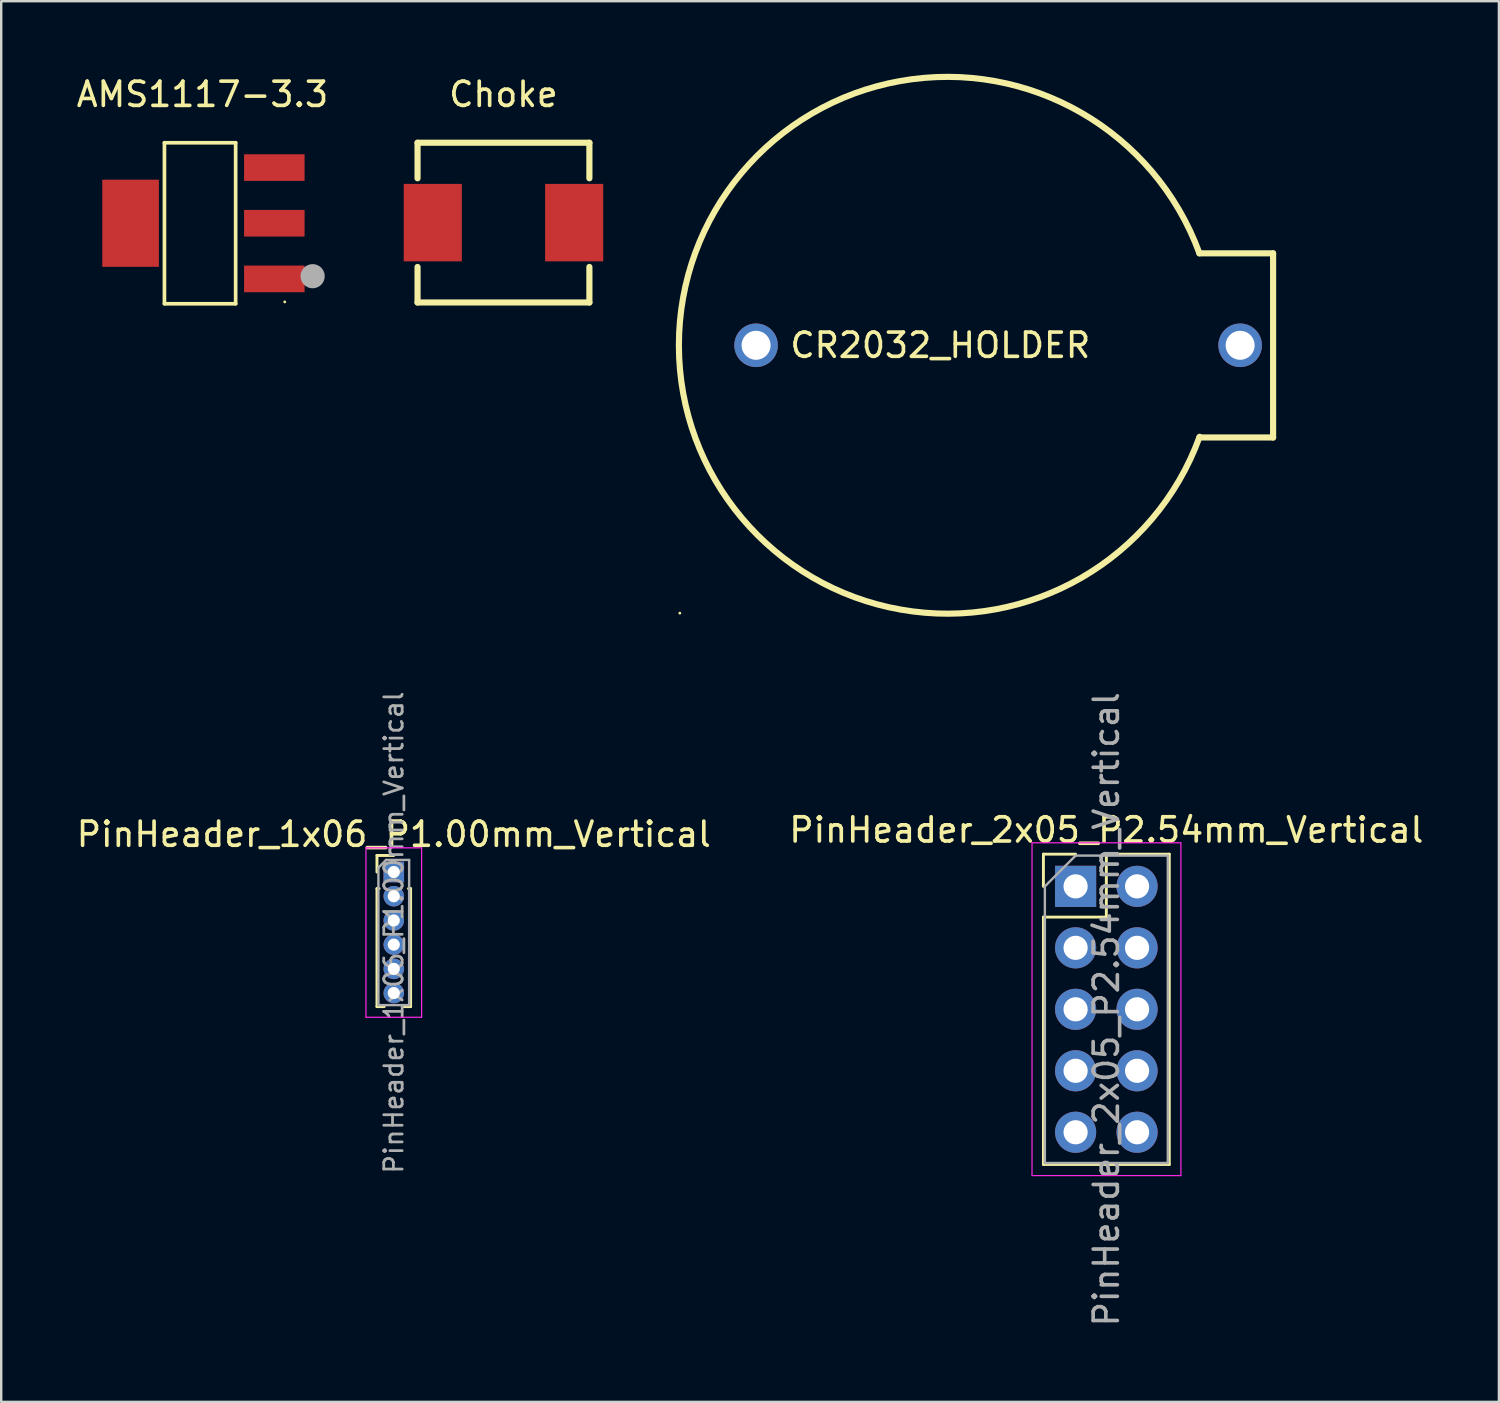
<source format=kicad_pcb>
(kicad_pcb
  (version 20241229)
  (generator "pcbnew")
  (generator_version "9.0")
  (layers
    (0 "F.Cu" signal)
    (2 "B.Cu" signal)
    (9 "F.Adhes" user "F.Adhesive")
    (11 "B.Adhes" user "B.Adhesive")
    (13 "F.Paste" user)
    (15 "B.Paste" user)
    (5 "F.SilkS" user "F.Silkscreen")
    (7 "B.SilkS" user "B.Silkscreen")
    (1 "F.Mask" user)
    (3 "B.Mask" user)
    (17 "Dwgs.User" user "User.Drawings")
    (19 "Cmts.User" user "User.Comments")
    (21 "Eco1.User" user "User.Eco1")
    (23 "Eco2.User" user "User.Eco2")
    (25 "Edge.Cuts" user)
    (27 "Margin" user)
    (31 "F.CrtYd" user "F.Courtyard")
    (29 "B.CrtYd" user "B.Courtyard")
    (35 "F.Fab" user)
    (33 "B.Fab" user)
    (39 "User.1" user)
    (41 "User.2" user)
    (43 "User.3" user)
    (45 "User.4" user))
  (footprint "PinHeader_2x05_P2.54mm_Vertical"
    (layer "F.Cu")
    (at 41.391 33.572)
    (property "Reference" "PinHeader_2x05_P2.54mm_Vertical" (at 1.27 -2.33 0) (layer "F.SilkS") (effects (font (size 1 1) (thickness 0.15))))
    (attr through_hole)
    (fp_line (start -1.33 -1.33) (end 0 -1.33) (stroke (width 0.12) (type solid)) (layer "F.SilkS"))
    (fp_line (start -1.33 0) (end -1.33 -1.33) (stroke (width 0.12) (type solid)) (layer "F.SilkS"))
    (fp_line (start -1.33 1.27) (end -1.33 11.49) (stroke (width 0.12) (type solid)) (layer "F.SilkS"))
    (fp_line (start -1.33 1.27) (end 1.27 1.27) (stroke (width 0.12) (type solid)) (layer "F.SilkS"))
    (fp_line (start -1.33 11.49) (end 3.87 11.49) (stroke (width 0.12) (type solid)) (layer "F.SilkS"))
    (fp_line (start 1.27 -1.33) (end 3.87 -1.33) (stroke (width 0.12) (type solid)) (layer "F.SilkS"))
    (fp_line (start 1.27 1.27) (end 1.27 -1.33) (stroke (width 0.12) (type solid)) (layer "F.SilkS"))
    (fp_line (start 3.87 -1.33) (end 3.87 11.49) (stroke (width 0.12) (type solid)) (layer "F.SilkS"))
    (fp_line (start -1.8 -1.8) (end -1.8 11.95) (stroke (width 0.05) (type solid)) (layer "F.CrtYd"))
    (fp_line (start -1.8 11.95) (end 4.35 11.95) (stroke (width 0.05) (type solid)) (layer "F.CrtYd"))
    (fp_line (start 4.35 -1.8) (end -1.8 -1.8) (stroke (width 0.05) (type solid)) (layer "F.CrtYd"))
    (fp_line (start 4.35 11.95) (end 4.35 -1.8) (stroke (width 0.05) (type solid)) (layer "F.CrtYd"))
    (fp_line (start -1.27 0) (end 0 -1.27) (stroke (width 0.1) (type solid)) (layer "F.Fab"))
    (fp_line (start -1.27 11.43) (end -1.27 0) (stroke (width 0.1) (type solid)) (layer "F.Fab"))
    (fp_line (start 0 -1.27) (end 3.81 -1.27) (stroke (width 0.1) (type solid)) (layer "F.Fab"))
    (fp_line (start 3.81 -1.27) (end 3.81 11.43) (stroke (width 0.1) (type solid)) (layer "F.Fab"))
    (fp_line (start 3.81 11.43) (end -1.27 11.43) (stroke (width 0.1) (type solid)) (layer "F.Fab"))
    (fp_text user "${REFERENCE}" (at 1.27 5.08 270) (layer "F.Fab") (effects (font (size 1 1) (thickness 0.15))))
    (pad "1" thru_hole rect (at 0 0) (size 1.7 1.7) (drill 1) (layers "*.Cu" "*.Mask"))
    (pad "2" thru_hole oval (at 2.54 0) (size 1.7 1.7) (drill 1) (layers "*.Cu" "*.Mask"))
    (pad "3" thru_hole oval (at 0 2.54) (size 1.7 1.7) (drill 1) (layers "*.Cu" "*.Mask"))
    (pad "4" thru_hole oval (at 2.54 2.54) (size 1.7 1.7) (drill 1) (layers "*.Cu" "*.Mask"))
    (pad "5" thru_hole oval (at 0 5.08) (size 1.7 1.7) (drill 1) (layers "*.Cu" "*.Mask"))
    (pad "6" thru_hole oval (at 2.54 5.08) (size 1.7 1.7) (drill 1) (layers "*.Cu" "*.Mask"))
    (pad "7" thru_hole oval (at 0 7.62) (size 1.7 1.7) (drill 1) (layers "*.Cu" "*.Mask"))
    (pad "8" thru_hole oval (at 2.54 7.62) (size 1.7 1.7) (drill 1) (layers "*.Cu" "*.Mask"))
    (pad "9" thru_hole oval (at 0 10.16) (size 1.7 1.7) (drill 1) (layers "*.Cu" "*.Mask"))
    (pad "10" thru_hole oval (at 2.54 10.16) (size 1.7 1.7) (drill 1) (layers "*.Cu" "*.Mask")))
  (footprint "PinHeader_1x06_P1.00mm_Vertical"
    (layer "F.Cu")
    (at 13.22 32.98)
    (property "Reference" "PinHeader_1x06_P1.00mm_Vertical" (at 0 -1.56 0) (layer "F.SilkS") (effects (font (size 1 1) (thickness 0.15))))
    (attr through_hole)
    (fp_line (start -0.695 -0.685) (end 0 -0.685) (stroke (width 0.12) (type solid)) (layer "F.SilkS"))
    (fp_line (start -0.695 0) (end -0.695 -0.685) (stroke (width 0.12) (type solid)) (layer "F.SilkS"))
    (fp_line (start -0.695 0.685) (end -0.695 5.56) (stroke (width 0.12) (type solid)) (layer "F.SilkS"))
    (fp_line (start -0.695 0.685) (end -0.608 0.685) (stroke (width 0.12) (type solid)) (layer "F.SilkS"))
    (fp_line (start -0.695 5.56) (end -0.394 5.56) (stroke (width 0.12) (type solid)) (layer "F.SilkS"))
    (fp_line (start 0.394 5.56) (end 0.695 5.56) (stroke (width 0.12) (type solid)) (layer "F.SilkS"))
    (fp_line (start 0.608 0.685) (end 0.695 0.685) (stroke (width 0.12) (type solid)) (layer "F.SilkS"))
    (fp_line (start 0.695 0.685) (end 0.695 5.56) (stroke (width 0.12) (type solid)) (layer "F.SilkS"))
    (fp_line (start -1.15 -1) (end -1.15 6) (stroke (width 0.05) (type solid)) (layer "F.CrtYd"))
    (fp_line (start -1.15 6) (end 1.15 6) (stroke (width 0.05) (type solid)) (layer "F.CrtYd"))
    (fp_line (start 1.15 -1) (end -1.15 -1) (stroke (width 0.05) (type solid)) (layer "F.CrtYd"))
    (fp_line (start 1.15 6) (end 1.15 -1) (stroke (width 0.05) (type solid)) (layer "F.CrtYd"))
    (fp_line (start -0.635 -0.182) (end -0.318 -0.5) (stroke (width 0.1) (type solid)) (layer "F.Fab"))
    (fp_line (start -0.635 5.5) (end -0.635 -0.182) (stroke (width 0.1) (type solid)) (layer "F.Fab"))
    (fp_line (start -0.318 -0.5) (end 0.635 -0.5) (stroke (width 0.1) (type solid)) (layer "F.Fab"))
    (fp_line (start 0.635 -0.5) (end 0.635 5.5) (stroke (width 0.1) (type solid)) (layer "F.Fab"))
    (fp_line (start 0.635 5.5) (end -0.635 5.5) (stroke (width 0.1) (type solid)) (layer "F.Fab"))
    (fp_text user "${REFERENCE}" (at 0 2.5 270) (layer "F.Fab") (effects (font (size 0.76 0.76) (thickness 0.114))))
    (pad "1" thru_hole rect (at 0 0) (size 0.85 0.85) (drill 0.5) (layers "*.Cu" "*.Mask"))
    (pad "2" thru_hole oval (at 0 1) (size 0.85 0.85) (drill 0.5) (layers "*.Cu" "*.Mask"))
    (pad "3" thru_hole oval (at 0 2) (size 0.85 0.85) (drill 0.5) (layers "*.Cu" "*.Mask"))
    (pad "4" thru_hole oval (at 0 3) (size 0.85 0.85) (drill 0.5) (layers "*.Cu" "*.Mask"))
    (pad "5" thru_hole oval (at 0 4) (size 0.85 0.85) (drill 0.5) (layers "*.Cu" "*.Mask"))
    (pad "6" thru_hole oval (at 0 5) (size 0.85 0.85) (drill 0.5) (layers "*.Cu" "*.Mask")))
  (footprint "Choke"
    (layer "F.Cu")
    (at 17.752 6.148)
    (property "Reference" "Choke" (at 0.000013 -5.3 0) (layer "F.SilkS") (effects (font (size 1 1) (thickness 0.15))))
    (attr through_hole)
    (fp_line (start -3.55 -3.3) (end 3.55 -3.3) (stroke (width 0.254) (type solid)) (layer "F.SilkS"))
    (fp_line (start -3.55 -1.831) (end -3.55 -3.3) (stroke (width 0.254) (type solid)) (layer "F.SilkS"))
    (fp_line (start -3.55 3.3) (end -3.55 1.831) (stroke (width 0.254) (type solid)) (layer "F.SilkS"))
    (fp_line (start -3.55 3.3) (end 3.55 3.3) (stroke (width 0.254) (type solid)) (layer "F.SilkS"))
    (fp_line (start 3.55 -1.831) (end 3.55 -3.3) (stroke (width 0.254) (type solid)) (layer "F.SilkS"))
    (fp_line (start 3.55 3.3) (end 3.55 1.831) (stroke (width 0.254) (type solid)) (layer "F.SilkS"))
    (fp_circle (center -3.55 3.3) (end -3.52 3.3) (stroke (width 0.06) (type solid)) (fill no) (layer "F.SilkS"))
    (pad "1" smd rect (at -2.921 0) (size 2.4 3.2) (layers "F.Cu" "F.Mask" "F.Paste"))
    (pad "2" smd rect (at 2.921 0) (size 2.4 3.2) (layers "F.Cu" "F.Mask" "F.Paste")))
  (footprint "AMS1117-3.3"
    (layer "F.Cu")
    (at 5.315 6.174)
    (property "Reference" "AMS1117-3.3" (at -0.000013 -5.326 0) (layer "F.SilkS") (effects (font (size 1 1) (thickness 0.15))))
    (attr through_hole)
    (fp_line (start -1.571 -3.326) (end 1.371 -3.326) (stroke (width 0.152) (type solid)) (layer "F.SilkS"))
    (fp_line (start -1.571 3.326) (end -1.571 -3.326) (stroke (width 0.152) (type solid)) (layer "F.SilkS"))
    (fp_line (start 1.371 -3.326) (end 1.371 3.326) (stroke (width 0.152) (type solid)) (layer "F.SilkS"))
    (fp_line (start 1.371 3.326) (end -1.571 3.326) (stroke (width 0.152) (type solid)) (layer "F.SilkS"))
    (fp_circle (center 3.4 3.25) (end 3.43 3.25) (stroke (width 0.06) (type solid)) (fill no) (layer "F.SilkS"))
    (fp_circle (center 4.552 2.188) (end 4.802 2.188) (stroke (width 0.5) (type solid)) (fill no) (layer "F.Fab"))
    (pad "1" smd rect (at 2.97 2.3) (size 2.5 1.1) (layers "F.Cu" "F.Mask" "F.Paste"))
    (pad "2" smd rect (at 2.97 0) (size 2.5 1.1) (layers "F.Cu" "F.Mask" "F.Paste"))
    (pad "3" smd rect (at 2.97 -2.3) (size 2.5 1.1) (layers "F.Cu" "F.Mask" "F.Paste"))
    (pad "4" smd rect (at -2.97 0) (size 2.34 3.6) (layers "F.Cu" "F.Mask" "F.Paste")))
  (footprint "CR2032_HOLDER"
    (layer "F.Cu")
    (at 38.189 11.216)
    (property "Reference" "CR2032_HOLDER" (at -2.388 0 180) (layer "F.SilkS") (effects (font (size 1 1) (thickness 0.15))))
    (attr through_hole)
    (fp_line (start 8.318 -3.799) (end 11.362 -3.799) (stroke (width 0.254) (type solid)) (layer "F.SilkS"))
    (fp_line (start 11.362 -3.799) (end 11.362 3.81) (stroke (width 0.254) (type solid)) (layer "F.SilkS"))
    (fp_line (start 11.362 3.81) (end 8.314 3.81) (stroke (width 0.254) (type solid)) (layer "F.SilkS"))
    (fp_arc (start 8.324587 3.781102) (mid -13.189055 0.010036) (end 8.317694 -3.800144) (stroke (width 0.254) (type solid)) (layer "F.SilkS"))
    (fp_circle (center -13.15 11.067) (end -13.12 11.067) (stroke (width 0.06) (type solid)) (fill no) (layer "F.SilkS"))
    (pad "1" thru_hole circle (at -10 -0.000025) (size 1.8 1.8) (drill 1.2) (layers "*.Cu" "*.Mask"))
    (pad "2" thru_hole circle (at 10 -0.000025) (size 1.8 1.8) (drill 1.2) (layers "*.Cu" "*.Mask")))
  (gr_rect
    (start -3 -3)
    (end 58.881 54.873)
    (stroke (width 0.1) (type default))
    (fill no)
    (layer "Edge.Cuts")))
</source>
